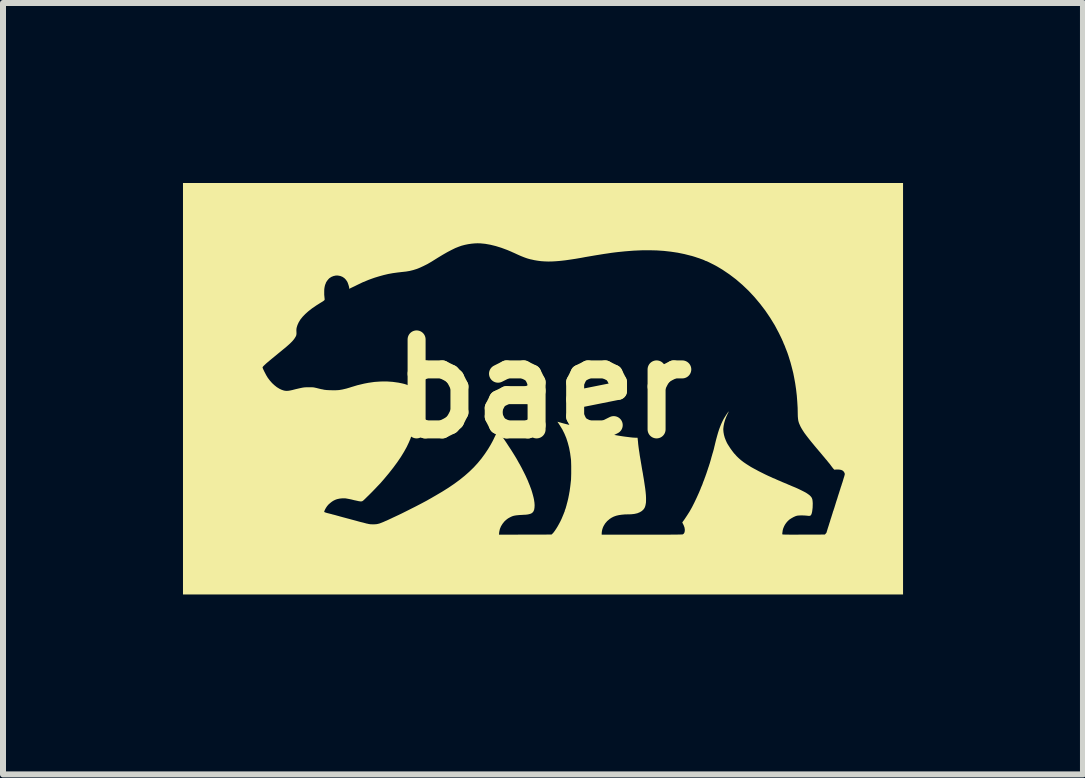
<source format=kicad_pcb>
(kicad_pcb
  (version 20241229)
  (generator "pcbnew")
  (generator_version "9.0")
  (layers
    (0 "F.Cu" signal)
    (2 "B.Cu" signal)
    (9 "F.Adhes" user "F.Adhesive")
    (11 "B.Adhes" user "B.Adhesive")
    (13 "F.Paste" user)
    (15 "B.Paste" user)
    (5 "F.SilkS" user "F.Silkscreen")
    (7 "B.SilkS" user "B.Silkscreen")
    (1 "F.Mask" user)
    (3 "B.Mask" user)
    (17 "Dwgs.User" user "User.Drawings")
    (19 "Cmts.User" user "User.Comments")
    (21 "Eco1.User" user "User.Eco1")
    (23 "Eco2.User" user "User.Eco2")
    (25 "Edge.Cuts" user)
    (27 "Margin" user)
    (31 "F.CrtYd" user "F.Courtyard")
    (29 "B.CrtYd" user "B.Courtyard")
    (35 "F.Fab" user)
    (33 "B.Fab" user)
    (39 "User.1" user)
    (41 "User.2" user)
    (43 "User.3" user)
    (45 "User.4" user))
  (footprint "baer"
    (layer "F.Cu")
    (at 6.001 3.429)
    (property "Reference" "baer" (at 0 0 0) (layer "F.SilkS") (effects (font (size 1.5 1.5) (thickness 0.3))))
    (attr board_only exclude_from_pos_files exclude_from_bom)
    (fp_poly (pts (xy 6.001 0) (xy 6.001 3.429) (xy 0 3.429) (xy -6.001 3.429) (xy -6.001 0) (xy -6.001 -0.355) (xy -4.675 -0.355) (xy -4.672 -0.346) (xy -4.667 -0.331) (xy -4.658 -0.312) (xy -4.647 -0.289) (xy -4.634 -0.264) (xy -4.621 -0.239) (xy -4.608 -0.215) (xy -4.595 -0.194) (xy -4.585 -0.178) (xy -4.552 -0.135) (xy -4.516 -0.094) (xy -4.477 -0.058) (xy -4.437 -0.026) (xy -4.398 -0.002) (xy -4.383 0.006) (xy -4.354 0.019) (xy -4.327 0.028) (xy -4.302 0.034) (xy -4.276 0.036) (xy -4.248 0.035) (xy -4.216 0.03) (xy -4.178 0.022) (xy -4.163 0.018) (xy -4.12 0.007) (xy -4.085 -0.001) (xy -4.055 -0.008) (xy -4.031 -0.013) (xy -4.011 -0.017) (xy -3.993 -0.02) (xy -3.977 -0.022) (xy -3.961 -0.023) (xy -3.945 -0.024) (xy -3.926 -0.024) (xy -3.904 -0.024) (xy -3.875 -0.024) (xy -3.852 -0.024) (xy -3.833 -0.023) (xy -3.818 -0.021) (xy -3.803 -0.018) (xy -3.786 -0.014) (xy -3.775 -0.012) (xy -3.753 -0.006) (xy -3.733 -0.001) (xy -3.716 0.003) (xy -3.708 0.005) (xy -3.695 0.008) (xy -3.676 0.011) (xy -3.657 0.015) (xy -3.657 0.016) (xy -3.636 0.019) (xy -3.608 0.022) (xy -3.575 0.024) (xy -3.539 0.025) (xy -3.503 0.026) (xy -3.467 0.026) (xy -3.435 0.025) (xy -3.408 0.023) (xy -3.402 0.023) (xy -3.343 0.013) (xy -3.279 -0.002) (xy -3.211 -0.022) (xy -3.21 -0.023) (xy -3.094 -0.058) (xy -2.981 -0.085) (xy -2.913 -0.098) (xy -2.809 -0.113) (xy -2.705 -0.12) (xy -2.604 -0.121) (xy -2.505 -0.114) (xy -2.411 -0.101) (xy -2.406 -0.1) (xy -2.356 -0.09) (xy -2.313 -0.08) (xy -2.278 -0.069) (xy -2.248 -0.057) (xy -2.223 -0.044) (xy -2.202 -0.028) (xy -2.183 -0.011) (xy -2.182 -0.011) (xy -2.171 0.004) (xy -2.161 0.02) (xy -2.153 0.04) (xy -2.147 0.065) (xy -2.141 0.096) (xy -2.139 0.113) (xy -2.13 0.192) (xy -2.125 0.276) (xy -2.124 0.362) (xy -2.128 0.447) (xy -2.135 0.528) (xy -2.139 0.554) (xy -2.143 0.582) (xy -2.149 0.612) (xy -2.155 0.643) (xy -2.161 0.674) (xy -2.168 0.702) (xy -2.174 0.727) (xy -2.18 0.748) (xy -2.185 0.763) (xy -2.188 0.77) (xy -2.192 0.778) (xy -2.192 0.784) (xy -2.194 0.793) (xy -2.196 0.797) (xy -2.199 0.804) (xy -2.204 0.815) (xy -2.205 0.819) (xy -2.208 0.827) (xy -2.21 0.835) (xy -2.214 0.844) (xy -2.219 0.855) (xy -2.226 0.871) (xy -2.235 0.893) (xy -2.272 0.971) (xy -2.317 1.052) (xy -2.369 1.137) (xy -2.429 1.225) (xy -2.496 1.316) (xy -2.57 1.41) (xy -2.651 1.507) (xy -2.692 1.554) (xy -2.712 1.577) (xy -2.736 1.602) (xy -2.763 1.63) (xy -2.791 1.66) (xy -2.82 1.69) (xy -2.85 1.721) (xy -2.879 1.75) (xy -2.907 1.778) (xy -2.934 1.804) (xy -2.957 1.827) (xy -2.977 1.846) (xy -2.993 1.861) (xy -3.005 1.87) (xy -3.009 1.873) (xy -3.017 1.876) (xy -3.027 1.878) (xy -3.039 1.879) (xy -3.054 1.877) (xy -3.074 1.874) (xy -3.1 1.868) (xy -3.133 1.861) (xy -3.148 1.858) (xy -3.187 1.848) (xy -3.219 1.841) (xy -3.245 1.836) (xy -3.267 1.832) (xy -3.284 1.829) (xy -3.3 1.827) (xy -3.315 1.827) (xy -3.33 1.827) (xy -3.346 1.827) (xy -3.393 1.832) (xy -3.433 1.841) (xy -3.456 1.849) (xy -3.469 1.855) (xy -3.478 1.859) (xy -3.499 1.87) (xy -3.523 1.886) (xy -3.548 1.906) (xy -3.572 1.927) (xy -3.58 1.935) (xy -3.6 1.959) (xy -3.618 1.986) (xy -3.633 2.013) (xy -3.644 2.038) (xy -3.646 2.046) (xy -3.647 2.049) (xy -3.647 2.052) (xy -3.646 2.055) (xy -3.642 2.057) (xy -3.635 2.06) (xy -3.625 2.064) (xy -3.609 2.069) (xy -3.587 2.075) (xy -3.559 2.082) (xy -3.523 2.091) (xy -3.514 2.094) (xy -3.486 2.101) (xy -3.459 2.108) (xy -3.435 2.115) (xy -3.417 2.12) (xy -3.405 2.123) (xy -3.404 2.123) (xy -3.389 2.128) (xy -3.366 2.134) (xy -3.337 2.142) (xy -3.303 2.151) (xy -3.266 2.161) (xy -3.228 2.171) (xy -3.188 2.182) (xy -3.15 2.192) (xy -3.113 2.202) (xy -3.081 2.211) (xy -3.036 2.223) (xy -2.998 2.232) (xy -2.968 2.24) (xy -2.943 2.247) (xy -2.922 2.251) (xy -2.906 2.255) (xy -2.892 2.257) (xy -2.88 2.259) (xy -2.869 2.26) (xy -2.857 2.26) (xy -2.844 2.261) (xy -2.835 2.261) (xy -2.805 2.26) (xy -2.777 2.258) (xy -2.751 2.253) (xy -2.724 2.246) (xy -2.695 2.235) (xy -2.66 2.221) (xy -2.64 2.212) (xy -2.627 2.206) (xy -2.617 2.202) (xy -2.614 2.201) (xy -2.609 2.199) (xy -2.598 2.194) (xy -2.583 2.187) (xy -2.566 2.179) (xy -2.545 2.169) (xy -2.523 2.159) (xy -2.505 2.15) (xy -2.496 2.146) (xy -2.453 2.126) (xy -2.406 2.104) (xy -2.354 2.079) (xy -2.3 2.052) (xy -2.244 2.024) (xy -2.187 1.995) (xy -2.131 1.967) (xy -2.077 1.939) (xy -2.025 1.912) (xy -1.978 1.887) (xy -1.935 1.864) (xy -1.899 1.843) (xy -1.877 1.831) (xy -1.863 1.823) (xy -1.844 1.812) (xy -1.822 1.799) (xy -1.799 1.786) (xy -1.794 1.783) (xy -1.68 1.716) (xy -1.575 1.65) (xy -1.478 1.584) (xy -1.387 1.517) (xy -1.304 1.45) (xy -1.227 1.382) (xy -1.155 1.312) (xy -1.089 1.24) (xy -1.027 1.165) (xy -0.969 1.086) (xy -0.915 1.005) (xy -0.876 0.94) (xy -0.861 0.913) (xy -0.844 0.882) (xy -0.827 0.849) (xy -0.811 0.815) (xy -0.795 0.782) (xy -0.782 0.752) (xy -0.772 0.728) (xy -0.768 0.717) (xy -0.763 0.704) (xy -0.758 0.696) (xy -0.756 0.693) (xy -0.753 0.695) (xy -0.748 0.701) (xy -0.74 0.712) (xy -0.728 0.728) (xy -0.713 0.75) (xy -0.694 0.777) (xy -0.671 0.811) (xy -0.643 0.852) (xy -0.614 0.895) (xy -0.571 0.961) (xy -0.532 1.02) (xy -0.498 1.074) (xy -0.467 1.124) (xy -0.44 1.169) (xy -0.416 1.212) (xy -0.412 1.219) (xy -0.404 1.234) (xy -0.396 1.248) (xy -0.393 1.252) (xy -0.383 1.27) (xy -0.371 1.293) (xy -0.356 1.32) (xy -0.341 1.35) (xy -0.325 1.381) (xy -0.31 1.411) (xy -0.297 1.437) (xy -0.286 1.46) (xy -0.279 1.476) (xy -0.273 1.489) (xy -0.265 1.507) (xy -0.258 1.522) (xy -0.252 1.536) (xy -0.247 1.547) (xy -0.246 1.552) (xy -0.246 1.552) (xy -0.244 1.557) (xy -0.24 1.567) (xy -0.237 1.573) (xy -0.231 1.588) (xy -0.225 1.604) (xy -0.223 1.607) (xy -0.218 1.621) (xy -0.213 1.635) (xy -0.206 1.653) (xy -0.206 1.653) (xy -0.197 1.677) (xy -0.187 1.708) (xy -0.177 1.742) (xy -0.167 1.778) (xy -0.158 1.813) (xy -0.151 1.845) (xy -0.15 1.851) (xy -0.143 1.898) (xy -0.14 1.942) (xy -0.142 1.981) (xy -0.147 2.014) (xy -0.157 2.04) (xy -0.162 2.048) (xy -0.173 2.062) (xy -0.187 2.074) (xy -0.205 2.083) (xy -0.227 2.09) (xy -0.254 2.096) (xy -0.288 2.1) (xy -0.33 2.102) (xy -0.342 2.103) (xy -0.384 2.105) (xy -0.419 2.108) (xy -0.448 2.111) (xy -0.472 2.115) (xy -0.494 2.12) (xy -0.515 2.127) (xy -0.535 2.136) (xy -0.551 2.144) (xy -0.585 2.163) (xy -0.616 2.187) (xy -0.644 2.213) (xy -0.675 2.252) (xy -0.701 2.294) (xy -0.719 2.338) (xy -0.729 2.383) (xy -0.731 2.398) (xy -0.734 2.433) (xy -0.296 2.432) (xy 0.142 2.431) (xy 0.159 2.415) (xy 0.177 2.395) (xy 0.197 2.368) (xy 0.219 2.335) (xy 0.242 2.298) (xy 0.265 2.257) (xy 0.288 2.214) (xy 0.309 2.17) (xy 0.327 2.127) (xy 0.339 2.098) (xy 0.346 2.081) (xy 0.352 2.065) (xy 0.356 2.055) (xy 0.358 2.053) (xy 0.361 2.043) (xy 0.362 2.038) (xy 0.364 2.028) (xy 0.366 2.024) (xy 0.369 2.015) (xy 0.375 2) (xy 0.381 1.981) (xy 0.386 1.961) (xy 0.389 1.953) (xy 0.398 1.917) (xy 0.406 1.888) (xy 0.412 1.864) (xy 0.417 1.843) (xy 0.422 1.822) (xy 0.426 1.801) (xy 0.426 1.8) (xy 0.433 1.767) (xy 0.438 1.736) (xy 0.444 1.705) (xy 0.448 1.673) (xy 0.453 1.638) (xy 0.458 1.598) (xy 0.463 1.551) (xy 0.465 1.536) (xy 0.467 1.514) (xy 0.468 1.485) (xy 0.469 1.451) (xy 0.47 1.413) (xy 0.47 1.372) (xy 0.47 1.331) (xy 0.47 1.29) (xy 0.469 1.252) (xy 0.468 1.219) (xy 0.467 1.191) (xy 0.465 1.172) (xy 0.452 1.075) (xy 0.435 0.984) (xy 0.413 0.901) (xy 0.388 0.823) (xy 0.357 0.749) (xy 0.322 0.679) (xy 0.281 0.612) (xy 0.279 0.609) (xy 0.266 0.589) (xy 0.255 0.572) (xy 0.246 0.56) (xy 0.242 0.553) (xy 0.241 0.551) (xy 0.245 0.552) (xy 0.256 0.555) (xy 0.271 0.559) (xy 0.278 0.561) (xy 0.307 0.569) (xy 0.343 0.579) (xy 0.386 0.59) (xy 0.434 0.602) (xy 0.485 0.615) (xy 0.54 0.628) (xy 0.595 0.642) (xy 0.651 0.655) (xy 0.706 0.668) (xy 0.759 0.68) (xy 0.808 0.692) (xy 0.853 0.701) (xy 0.892 0.71) (xy 0.904 0.712) (xy 0.929 0.717) (xy 0.954 0.723) (xy 0.976 0.727) (xy 0.989 0.73) (xy 1.007 0.734) (xy 1.032 0.739) (xy 1.064 0.745) (xy 1.099 0.752) (xy 1.138 0.76) (xy 1.178 0.768) (xy 1.203 0.773) (xy 1.243 0.78) (xy 1.286 0.787) (xy 1.33 0.794) (xy 1.373 0.8) (xy 1.415 0.805) (xy 1.454 0.81) (xy 1.489 0.814) (xy 1.518 0.816) (xy 1.54 0.817) (xy 1.541 0.817) (xy 1.575 0.817) (xy 1.578 0.834) (xy 1.579 0.847) (xy 1.581 0.865) (xy 1.583 0.882) (xy 1.586 0.92) (xy 1.591 0.961) (xy 1.597 1.007) (xy 1.605 1.058) (xy 1.613 1.115) (xy 1.624 1.179) (xy 1.636 1.251) (xy 1.639 1.268) (xy 1.644 1.299) (xy 1.65 1.335) (xy 1.657 1.374) (xy 1.664 1.411) (xy 1.668 1.438) (xy 1.682 1.52) (xy 1.693 1.594) (xy 1.703 1.661) (xy 1.71 1.72) (xy 1.715 1.773) (xy 1.717 1.819) (xy 1.717 1.86) (xy 1.716 1.896) (xy 1.711 1.927) (xy 1.705 1.954) (xy 1.697 1.977) (xy 1.686 1.997) (xy 1.676 2.011) (xy 1.648 2.038) (xy 1.613 2.059) (xy 1.572 2.076) (xy 1.523 2.087) (xy 1.469 2.093) (xy 1.431 2.094) (xy 1.368 2.095) (xy 1.313 2.1) (xy 1.264 2.107) (xy 1.221 2.117) (xy 1.181 2.131) (xy 1.145 2.149) (xy 1.111 2.171) (xy 1.109 2.173) (xy 1.069 2.207) (xy 1.035 2.247) (xy 1.009 2.29) (xy 0.996 2.32) (xy 0.986 2.353) (xy 0.98 2.386) (xy 0.978 2.41) (xy 0.978 2.433) (xy 1.649 2.433) (xy 1.743 2.433) (xy 1.829 2.433) (xy 1.906 2.433) (xy 1.976 2.433) (xy 2.038 2.433) (xy 2.093 2.433) (xy 2.142 2.432) (xy 2.184 2.432) (xy 2.22 2.432) (xy 2.25 2.431) (xy 2.274 2.431) (xy 2.294 2.43) (xy 2.309 2.43) (xy 2.32 2.429) (xy 2.327 2.428) (xy 2.33 2.428) (xy 2.33 2.428) (xy 2.347 2.415) (xy 2.358 2.395) (xy 2.363 2.371) (xy 2.363 2.343) (xy 2.358 2.313) (xy 2.346 2.28) (xy 2.339 2.265) (xy 2.321 2.229) (xy 2.359 2.176) (xy 2.401 2.113) (xy 2.443 2.047) (xy 2.483 1.976) (xy 2.522 1.899) (xy 2.562 1.815) (xy 2.603 1.724) (xy 2.609 1.709) (xy 2.617 1.69) (xy 2.624 1.674) (xy 2.628 1.663) (xy 2.63 1.658) (xy 2.631 1.653) (xy 2.636 1.643) (xy 2.639 1.635) (xy 2.647 1.617) (xy 2.653 1.603) (xy 2.658 1.59) (xy 2.661 1.581) (xy 2.668 1.561) (xy 2.674 1.545) (xy 2.678 1.536) (xy 2.682 1.526) (xy 2.688 1.511) (xy 2.692 1.498) (xy 2.698 1.482) (xy 2.703 1.469) (xy 2.706 1.462) (xy 2.708 1.455) (xy 2.713 1.441) (xy 2.72 1.422) (xy 2.728 1.398) (xy 2.737 1.371) (xy 2.746 1.344) (xy 2.755 1.316) (xy 2.764 1.291) (xy 2.771 1.268) (xy 2.777 1.25) (xy 2.781 1.238) (xy 2.782 1.235) (xy 2.784 1.226) (xy 2.789 1.21) (xy 2.795 1.189) (xy 2.802 1.164) (xy 2.809 1.137) (xy 2.817 1.111) (xy 2.824 1.085) (xy 2.831 1.063) (xy 2.836 1.046) (xy 2.839 1.035) (xy 2.839 1.034) (xy 2.842 1.025) (xy 2.846 1.01) (xy 2.851 0.989) (xy 2.857 0.963) (xy 2.864 0.936) (xy 2.866 0.926) (xy 2.884 0.853) (xy 2.902 0.787) (xy 2.919 0.728) (xy 2.936 0.676) (xy 2.954 0.628) (xy 2.972 0.584) (xy 2.991 0.543) (xy 3.011 0.504) (xy 3.034 0.466) (xy 3.052 0.438) (xy 3.07 0.411) (xy 3.083 0.393) (xy 3.091 0.382) (xy 3.095 0.379) (xy 3.094 0.383) (xy 3.089 0.395) (xy 3.079 0.415) (xy 3.078 0.417) (xy 3.055 0.467) (xy 3.035 0.519) (xy 3.02 0.571) (xy 3.01 0.622) (xy 3.005 0.669) (xy 3.005 0.682) (xy 3.008 0.723) (xy 3.016 0.769) (xy 3.029 0.816) (xy 3.047 0.862) (xy 3.066 0.904) (xy 3.081 0.93) (xy 3.101 0.961) (xy 3.123 0.995) (xy 3.147 1.028) (xy 3.17 1.059) (xy 3.192 1.086) (xy 3.194 1.087) (xy 3.228 1.125) (xy 3.263 1.159) (xy 3.301 1.192) (xy 3.344 1.225) (xy 3.391 1.257) (xy 3.445 1.291) (xy 3.462 1.302) (xy 3.487 1.316) (xy 3.518 1.333) (xy 3.554 1.352) (xy 3.592 1.373) (xy 3.632 1.393) (xy 3.67 1.412) (xy 3.706 1.43) (xy 3.738 1.445) (xy 3.748 1.45) (xy 3.77 1.46) (xy 3.793 1.47) (xy 3.813 1.479) (xy 3.819 1.482) (xy 3.833 1.489) (xy 3.845 1.493) (xy 3.851 1.496) (xy 3.851 1.496) (xy 3.856 1.497) (xy 3.867 1.502) (xy 3.882 1.509) (xy 3.892 1.514) (xy 3.908 1.521) (xy 3.922 1.527) (xy 3.93 1.531) (xy 3.932 1.531) (xy 3.936 1.533) (xy 3.947 1.537) (xy 3.955 1.541) (xy 3.976 1.55) (xy 3.993 1.558) (xy 4.008 1.564) (xy 4.023 1.57) (xy 4.027 1.572) (xy 4.046 1.579) (xy 4.067 1.588) (xy 4.075 1.592) (xy 4.088 1.598) (xy 4.098 1.602) (xy 4.101 1.603) (xy 4.106 1.605) (xy 4.116 1.609) (xy 4.126 1.614) (xy 4.145 1.622) (xy 4.166 1.631) (xy 4.174 1.634) (xy 4.201 1.645) (xy 4.233 1.659) (xy 4.267 1.675) (xy 4.302 1.692) (xy 4.336 1.709) (xy 4.365 1.724) (xy 4.385 1.735) (xy 4.415 1.755) (xy 4.442 1.775) (xy 4.463 1.796) (xy 4.476 1.813) (xy 4.483 1.827) (xy 4.489 1.845) (xy 4.491 1.855) (xy 4.494 1.881) (xy 4.496 1.912) (xy 4.495 1.946) (xy 4.494 1.982) (xy 4.49 2.016) (xy 4.486 2.047) (xy 4.48 2.074) (xy 4.474 2.092) (xy 4.466 2.106) (xy 4.457 2.115) (xy 4.445 2.119) (xy 4.428 2.12) (xy 4.405 2.117) (xy 4.382 2.115) (xy 4.355 2.113) (xy 4.325 2.112) (xy 4.296 2.112) (xy 4.269 2.113) (xy 4.247 2.115) (xy 4.233 2.117) (xy 4.205 2.126) (xy 4.173 2.141) (xy 4.141 2.159) (xy 4.111 2.178) (xy 4.098 2.189) (xy 4.075 2.211) (xy 4.053 2.237) (xy 4.035 2.263) (xy 4.021 2.288) (xy 4.02 2.29) (xy 4.011 2.311) (xy 4.005 2.326) (xy 4.001 2.337) (xy 3.998 2.35) (xy 3.994 2.366) (xy 3.992 2.385) (xy 3.989 2.403) (xy 3.988 2.417) (xy 3.989 2.426) (xy 3.989 2.427) (xy 3.99 2.428) (xy 3.994 2.429) (xy 4 2.43) (xy 4.01 2.431) (xy 4.023 2.431) (xy 4.041 2.432) (xy 4.064 2.432) (xy 4.092 2.432) (xy 4.127 2.433) (xy 4.168 2.433) (xy 4.216 2.433) (xy 4.272 2.432) (xy 4.337 2.432) (xy 4.345 2.432) (xy 4.698 2.431) (xy 4.713 2.414) (xy 4.722 2.403) (xy 4.727 2.394) (xy 4.728 2.391) (xy 4.729 2.384) (xy 4.733 2.372) (xy 4.737 2.359) (xy 4.745 2.332) (xy 4.755 2.301) (xy 4.765 2.27) (xy 4.774 2.24) (xy 4.783 2.214) (xy 4.789 2.192) (xy 4.791 2.185) (xy 4.797 2.166) (xy 4.805 2.143) (xy 4.812 2.119) (xy 4.814 2.114) (xy 4.82 2.094) (xy 4.826 2.076) (xy 4.83 2.062) (xy 4.831 2.058) (xy 4.835 2.045) (xy 4.839 2.034) (xy 4.84 2.034) (xy 4.842 2.028) (xy 4.844 2.02) (xy 4.848 2.008) (xy 4.854 1.991) (xy 4.861 1.968) (xy 4.87 1.939) (xy 4.88 1.906) (xy 4.888 1.88) (xy 4.897 1.853) (xy 4.905 1.829) (xy 4.911 1.809) (xy 4.911 1.808) (xy 4.917 1.789) (xy 4.925 1.764) (xy 4.934 1.737) (xy 4.942 1.711) (xy 4.942 1.71) (xy 4.951 1.684) (xy 4.959 1.657) (xy 4.967 1.632) (xy 4.974 1.613) (xy 4.974 1.612) (xy 4.981 1.589) (xy 4.99 1.563) (xy 4.999 1.534) (xy 5.007 1.506) (xy 5.015 1.48) (xy 5.022 1.458) (xy 5.026 1.442) (xy 5.027 1.439) (xy 5.03 1.424) (xy 5.028 1.411) (xy 5.025 1.403) (xy 5.012 1.381) (xy 4.993 1.364) (xy 4.968 1.353) (xy 4.936 1.348) (xy 4.913 1.347) (xy 4.894 1.347) (xy 4.878 1.348) (xy 4.866 1.349) (xy 4.864 1.35) (xy 4.86 1.35) (xy 4.856 1.349) (xy 4.85 1.344) (xy 4.842 1.336) (xy 4.831 1.323) (xy 4.817 1.305) (xy 4.799 1.281) (xy 4.78 1.255) (xy 4.774 1.248) (xy 4.764 1.236) (xy 4.749 1.218) (xy 4.732 1.196) (xy 4.711 1.172) (xy 4.689 1.145) (xy 4.665 1.117) (xy 4.641 1.088) (xy 4.618 1.06) (xy 4.612 1.053) (xy 4.6 1.04) (xy 4.584 1.02) (xy 4.565 0.998) (xy 4.544 0.973) (xy 4.523 0.948) (xy 4.516 0.939) (xy 4.467 0.88) (xy 4.425 0.827) (xy 4.388 0.779) (xy 4.356 0.736) (xy 4.33 0.696) (xy 4.308 0.66) (xy 4.29 0.627) (xy 4.285 0.615) (xy 4.271 0.584) (xy 4.261 0.556) (xy 4.254 0.527) (xy 4.25 0.496) (xy 4.247 0.461) (xy 4.246 0.419) (xy 4.246 0.413) (xy 4.244 0.318) (xy 4.238 0.218) (xy 4.23 0.114) (xy 4.218 0.01) (xy 4.203 -0.092) (xy 4.185 -0.19) (xy 4.171 -0.261) (xy 4.157 -0.317) (xy 4.142 -0.375) (xy 4.126 -0.435) (xy 4.108 -0.493) (xy 4.091 -0.548) (xy 4.074 -0.598) (xy 4.057 -0.642) (xy 4.054 -0.65) (xy 4.051 -0.658) (xy 4.045 -0.672) (xy 4.04 -0.685) (xy 4.033 -0.705) (xy 4.024 -0.726) (xy 4.018 -0.74) (xy 4.011 -0.754) (xy 4.007 -0.765) (xy 4.005 -0.77) (xy 4.005 -0.77) (xy 4.003 -0.776) (xy 3.998 -0.788) (xy 3.99 -0.805) (xy 3.981 -0.826) (xy 3.97 -0.849) (xy 3.958 -0.874) (xy 3.946 -0.898) (xy 3.935 -0.921) (xy 3.931 -0.929) (xy 3.863 -1.057) (xy 3.787 -1.181) (xy 3.705 -1.302) (xy 3.617 -1.417) (xy 3.524 -1.528) (xy 3.426 -1.633) (xy 3.323 -1.731) (xy 3.216 -1.823) (xy 3.105 -1.907) (xy 2.991 -1.984) (xy 2.911 -2.032) (xy 2.89 -2.044) (xy 2.866 -2.057) (xy 2.839 -2.071) (xy 2.813 -2.084) (xy 2.787 -2.097) (xy 2.763 -2.109) (xy 2.742 -2.119) (xy 2.726 -2.126) (xy 2.716 -2.129) (xy 2.714 -2.13) (xy 2.705 -2.132) (xy 2.703 -2.133) (xy 2.695 -2.138) (xy 2.68 -2.145) (xy 2.658 -2.154) (xy 2.632 -2.163) (xy 2.603 -2.174) (xy 2.571 -2.184) (xy 2.539 -2.195) (xy 2.507 -2.205) (xy 2.477 -2.214) (xy 2.467 -2.216) (xy 2.357 -2.244) (xy 2.245 -2.267) (xy 2.131 -2.284) (xy 2.015 -2.297) (xy 1.895 -2.305) (xy 1.771 -2.308) (xy 1.643 -2.307) (xy 1.508 -2.301) (xy 1.368 -2.29) (xy 1.241 -2.277) (xy 1.19 -2.271) (xy 1.136 -2.264) (xy 1.078 -2.255) (xy 1.015 -2.246) (xy 0.947 -2.235) (xy 0.873 -2.223) (xy 0.791 -2.209) (xy 0.703 -2.194) (xy 0.645 -2.183) (xy 0.546 -2.166) (xy 0.454 -2.152) (xy 0.37 -2.14) (xy 0.291 -2.131) (xy 0.219 -2.125) (xy 0.151 -2.121) (xy 0.087 -2.12) (xy 0.027 -2.122) (xy -0.031 -2.126) (xy -0.086 -2.133) (xy -0.141 -2.142) (xy -0.194 -2.154) (xy -0.206 -2.156) (xy -0.232 -2.163) (xy -0.257 -2.17) (xy -0.281 -2.178) (xy -0.306 -2.187) (xy -0.332 -2.197) (xy -0.362 -2.209) (xy -0.397 -2.224) (xy -0.437 -2.242) (xy -0.469 -2.257) (xy -0.496 -2.269) (xy -0.517 -2.278) (xy -0.533 -2.286) (xy -0.546 -2.291) (xy -0.557 -2.296) (xy -0.569 -2.301) (xy -0.583 -2.307) (xy -0.598 -2.313) (xy -0.695 -2.349) (xy -0.789 -2.378) (xy -0.879 -2.4) (xy -0.964 -2.415) (xy -1.046 -2.423) (xy -1.094 -2.424) (xy -1.141 -2.422) (xy -1.193 -2.417) (xy -1.248 -2.409) (xy -1.302 -2.398) (xy -1.352 -2.385) (xy -1.353 -2.385) (xy -1.404 -2.367) (xy -1.462 -2.344) (xy -1.525 -2.313) (xy -1.594 -2.277) (xy -1.669 -2.234) (xy -1.75 -2.185) (xy -1.787 -2.162) (xy -1.859 -2.117) (xy -1.926 -2.078) (xy -1.99 -2.046) (xy -2.05 -2.018) (xy -2.108 -1.995) (xy -2.166 -1.977) (xy -2.223 -1.963) (xy -2.282 -1.953) (xy -2.337 -1.947) (xy -2.424 -1.937) (xy -2.504 -1.926) (xy -2.581 -1.912) (xy -2.657 -1.894) (xy -2.736 -1.872) (xy -2.749 -1.868) (xy -2.805 -1.851) (xy -2.859 -1.832) (xy -2.908 -1.814) (xy -2.951 -1.796) (xy -2.955 -1.794) (xy -2.969 -1.788) (xy -2.98 -1.783) (xy -2.985 -1.781) (xy -2.985 -1.781) (xy -2.99 -1.78) (xy -3.003 -1.775) (xy -3.022 -1.766) (xy -3.048 -1.753) (xy -3.082 -1.737) (xy -3.123 -1.717) (xy -3.128 -1.714) (xy -3.156 -1.701) (xy -3.181 -1.689) (xy -3.202 -1.679) (xy -3.218 -1.671) (xy -3.227 -1.666) (xy -3.23 -1.665) (xy -3.231 -1.668) (xy -3.23 -1.67) (xy -3.23 -1.677) (xy -3.232 -1.69) (xy -3.236 -1.708) (xy -3.242 -1.728) (xy -3.249 -1.749) (xy -3.256 -1.768) (xy -3.262 -1.782) (xy -3.285 -1.816) (xy -3.312 -1.844) (xy -3.344 -1.865) (xy -3.379 -1.879) (xy -3.417 -1.886) (xy -3.455 -1.886) (xy -3.492 -1.878) (xy -3.529 -1.863) (xy -3.562 -1.841) (xy -3.573 -1.83) (xy -3.585 -1.816) (xy -3.598 -1.8) (xy -3.609 -1.783) (xy -3.617 -1.77) (xy -3.621 -1.76) (xy -3.621 -1.759) (xy -3.623 -1.75) (xy -3.625 -1.748) (xy -3.629 -1.739) (xy -3.634 -1.724) (xy -3.639 -1.703) (xy -3.643 -1.681) (xy -3.646 -1.658) (xy -3.647 -1.63) (xy -3.647 -1.598) (xy -3.647 -1.566) (xy -3.644 -1.536) (xy -3.643 -1.524) (xy -3.641 -1.507) (xy -3.64 -1.491) (xy -3.64 -1.481) (xy -3.641 -1.48) (xy -3.646 -1.474) (xy -3.659 -1.463) (xy -3.68 -1.449) (xy -3.702 -1.436) (xy -3.78 -1.387) (xy -3.85 -1.339) (xy -3.91 -1.292) (xy -3.963 -1.245) (xy -4.007 -1.199) (xy -4.044 -1.153) (xy -4.072 -1.107) (xy -4.093 -1.061) (xy -4.103 -1.029) (xy -4.108 -1.01) (xy -4.11 -0.992) (xy -4.111 -0.974) (xy -4.11 -0.951) (xy -4.11 -0.948) (xy -4.109 -0.922) (xy -4.111 -0.901) (xy -4.115 -0.884) (xy -4.124 -0.866) (xy -4.137 -0.845) (xy -4.145 -0.833) (xy -4.156 -0.818) (xy -4.168 -0.804) (xy -4.182 -0.788) (xy -4.198 -0.772) (xy -4.216 -0.754) (xy -4.238 -0.734) (xy -4.264 -0.711) (xy -4.294 -0.685) (xy -4.33 -0.656) (xy -4.371 -0.622) (xy -4.419 -0.583) (xy -4.427 -0.576) (xy -4.477 -0.535) (xy -4.52 -0.5) (xy -4.557 -0.469) (xy -4.588 -0.443) (xy -4.614 -0.421) (xy -4.634 -0.402) (xy -4.65 -0.387) (xy -4.662 -0.375) (xy -4.669 -0.366) (xy -4.674 -0.359) (xy -4.675 -0.355) (xy -6.001 -0.355) (xy -6.001 -3.429) (xy 0 -3.429) (xy 6.001 -3.429)) (stroke (width 0) (type solid)) (fill yes) (layer "F.SilkS")))
  (gr_rect
    (start -3 -3)
    (end 15.001 9.858)
    (stroke (width 0.1) (type default))
    (fill no)
    (layer "Edge.Cuts")))
</source>
